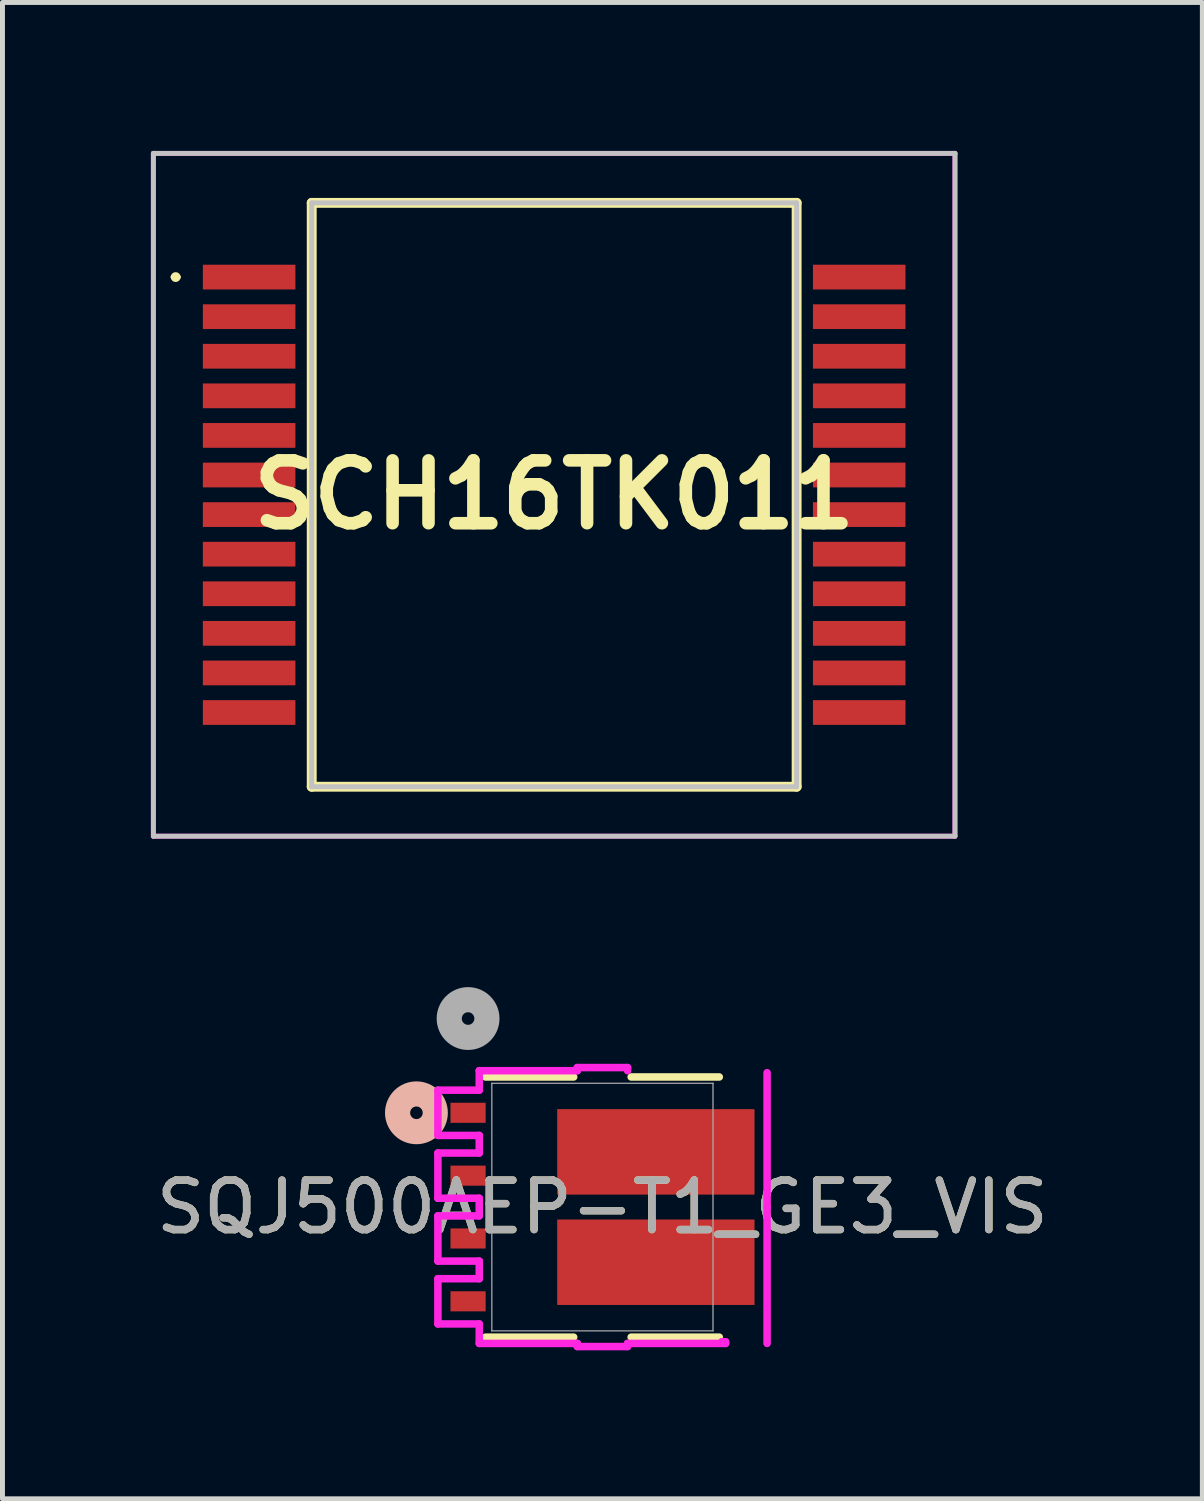
<source format=kicad_pcb>
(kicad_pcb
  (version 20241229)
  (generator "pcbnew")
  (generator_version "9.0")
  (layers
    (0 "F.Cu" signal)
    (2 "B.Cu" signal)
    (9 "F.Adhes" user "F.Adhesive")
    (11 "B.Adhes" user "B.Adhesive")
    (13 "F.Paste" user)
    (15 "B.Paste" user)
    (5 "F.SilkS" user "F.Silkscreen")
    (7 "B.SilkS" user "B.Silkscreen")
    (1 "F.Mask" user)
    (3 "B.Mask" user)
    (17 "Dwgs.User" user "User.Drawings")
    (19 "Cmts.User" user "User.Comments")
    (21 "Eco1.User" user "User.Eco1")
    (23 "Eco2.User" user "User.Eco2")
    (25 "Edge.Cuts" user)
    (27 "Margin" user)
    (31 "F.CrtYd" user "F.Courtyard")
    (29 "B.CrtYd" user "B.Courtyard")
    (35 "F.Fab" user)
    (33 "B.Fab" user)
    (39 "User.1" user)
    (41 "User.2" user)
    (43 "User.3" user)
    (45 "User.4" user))
  (footprint "SCH16TK011"
    (layer "F.Cu")
    (at 8.15 6.95)
    (property "Reference" "SCH16TK011" (at 0 0 0) (layer "F.SilkS") (effects (font (size 1.27 1.27) (thickness 0.254))))
    (attr smd)
    (fp_line (start -7.7 -4.4) (end -7.7 -4.4) (stroke (width 0.1) (type solid)) (layer "F.SilkS"))
    (fp_line (start -7.6 -4.4) (end -7.6 -4.4) (stroke (width 0.1) (type solid)) (layer "F.SilkS"))
    (fp_line (start -4.9 -5.9) (end 4.9 -5.9) (stroke (width 0.2) (type solid)) (layer "F.SilkS"))
    (fp_line (start -4.9 5.9) (end -4.9 -5.9) (stroke (width 0.2) (type solid)) (layer "F.SilkS"))
    (fp_line (start 4.9 -5.9) (end 4.9 5.9) (stroke (width 0.2) (type solid)) (layer "F.SilkS"))
    (fp_line (start 4.9 5.9) (end -4.9 5.9) (stroke (width 0.2) (type solid)) (layer "F.SilkS"))
    (fp_arc (start -7.7 -4.4) (mid -7.65 -4.45) (end -7.6 -4.4) (stroke (width 0.1) (type solid)) (layer "F.SilkS"))
    (fp_arc (start -7.6 -4.4) (mid -7.65 -4.35) (end -7.7 -4.4) (stroke (width 0.1) (type solid)) (layer "F.SilkS"))
    (fp_line (start -8.1 -6.9) (end 8.1 -6.9) (stroke (width 0.1) (type solid)) (layer "Dwgs.User"))
    (fp_line (start -8.1 6.9) (end -8.1 -6.9) (stroke (width 0.1) (type solid)) (layer "Dwgs.User"))
    (fp_line (start -4.9 -5.9) (end 4.9 -5.9) (stroke (width 0.1) (type solid)) (layer "Dwgs.User"))
    (fp_line (start -4.9 5.9) (end -4.9 -5.9) (stroke (width 0.1) (type solid)) (layer "Dwgs.User"))
    (fp_line (start 4.9 -5.9) (end 4.9 5.9) (stroke (width 0.1) (type solid)) (layer "Dwgs.User"))
    (fp_line (start 4.9 5.9) (end -4.9 5.9) (stroke (width 0.1) (type solid)) (layer "Dwgs.User"))
    (fp_line (start 8.1 -6.9) (end 8.1 6.9) (stroke (width 0.1) (type solid)) (layer "Dwgs.User"))
    (fp_line (start 8.1 6.9) (end -8.1 6.9) (stroke (width 0.1) (type solid)) (layer "Dwgs.User"))
    (fp_line (start -8.1 -6.9) (end 8.1 -6.9) (stroke (width 0.1) (type solid)) (layer "F.CrtYd"))
    (fp_line (start -8.1 6.9) (end -8.1 -6.9) (stroke (width 0.1) (type solid)) (layer "F.CrtYd"))
    (fp_line (start 8.1 -6.9) (end 8.1 6.9) (stroke (width 0.1) (type solid)) (layer "F.CrtYd"))
    (fp_line (start 8.1 6.9) (end -8.1 6.9) (stroke (width 0.1) (type solid)) (layer "F.CrtYd"))
    (pad "1" smd rect (at -6.165 -4.4 90) (size 0.5 1.87) (layers "F.Cu" "F.Mask" "F.Paste"))
    (pad "2" smd rect (at -6.165 -3.6 90) (size 0.5 1.87) (layers "F.Cu" "F.Mask" "F.Paste"))
    (pad "3" smd rect (at -6.165 -2.8 90) (size 0.5 1.87) (layers "F.Cu" "F.Mask" "F.Paste"))
    (pad "4" smd rect (at -6.165 -2 90) (size 0.5 1.87) (layers "F.Cu" "F.Mask" "F.Paste"))
    (pad "5" smd rect (at -6.165 -1.2 90) (size 0.5 1.87) (layers "F.Cu" "F.Mask" "F.Paste"))
    (pad "6" smd rect (at -6.165 -0.4 90) (size 0.5 1.87) (layers "F.Cu" "F.Mask" "F.Paste"))
    (pad "7" smd rect (at -6.165 0.4 90) (size 0.5 1.87) (layers "F.Cu" "F.Mask" "F.Paste"))
    (pad "8" smd rect (at -6.165 1.2 90) (size 0.5 1.87) (layers "F.Cu" "F.Mask" "F.Paste"))
    (pad "9" smd rect (at -6.165 2 90) (size 0.5 1.87) (layers "F.Cu" "F.Mask" "F.Paste"))
    (pad "10" smd rect (at -6.165 2.8 90) (size 0.5 1.87) (layers "F.Cu" "F.Mask" "F.Paste"))
    (pad "11" smd rect (at -6.165 3.6 90) (size 0.5 1.87) (layers "F.Cu" "F.Mask" "F.Paste"))
    (pad "12" smd rect (at -6.165 4.4 90) (size 0.5 1.87) (layers "F.Cu" "F.Mask" "F.Paste"))
    (pad "13" smd rect (at 6.165 4.4 90) (size 0.5 1.87) (layers "F.Cu" "F.Mask" "F.Paste"))
    (pad "14" smd rect (at 6.165 3.6 90) (size 0.5 1.87) (layers "F.Cu" "F.Mask" "F.Paste"))
    (pad "15" smd rect (at 6.165 2.8 90) (size 0.5 1.87) (layers "F.Cu" "F.Mask" "F.Paste"))
    (pad "16" smd rect (at 6.165 2 90) (size 0.5 1.87) (layers "F.Cu" "F.Mask" "F.Paste"))
    (pad "17" smd rect (at 6.165 1.2 90) (size 0.5 1.87) (layers "F.Cu" "F.Mask" "F.Paste"))
    (pad "18" smd rect (at 6.165 0.4 90) (size 0.5 1.87) (layers "F.Cu" "F.Mask" "F.Paste"))
    (pad "19" smd rect (at 6.165 -0.4 90) (size 0.5 1.87) (layers "F.Cu" "F.Mask" "F.Paste"))
    (pad "20" smd rect (at 6.165 -1.2 90) (size 0.5 1.87) (layers "F.Cu" "F.Mask" "F.Paste"))
    (pad "21" smd rect (at 6.165 -2 90) (size 0.5 1.87) (layers "F.Cu" "F.Mask" "F.Paste"))
    (pad "22" smd rect (at 6.165 -2.8 90) (size 0.5 1.87) (layers "F.Cu" "F.Mask" "F.Paste"))
    (pad "23" smd rect (at 6.165 -3.6 90) (size 0.5 1.87) (layers "F.Cu" "F.Mask" "F.Paste"))
    (pad "24" smd rect (at 6.165 -4.4 90) (size 0.5 1.87) (layers "F.Cu" "F.Mask" "F.Paste")))
  (footprint "SQJ500AEP-T1_GE3_VIS"
    (layer "F.Cu")
    (at 9.125 21.345)
    (property "Reference" "SQJ500AEP-T1_GE3_VIS" (at 0 0 0) (unlocked yes) (layer "F.SilkS") (effects (font (size 1 1) (thickness 0.15))))
    (attr smd)
    (fp_line (start -2.362 2.629) (end -0.581 2.629) (stroke (width 0.152) (type solid)) (layer "F.SilkS"))
    (fp_line (start -0.581 -2.629) (end -2.362 -2.629) (stroke (width 0.152) (type solid)) (layer "F.SilkS"))
    (fp_line (start 0.581 2.629) (end 2.362 2.629) (stroke (width 0.152) (type solid)) (layer "F.SilkS"))
    (fp_line (start 2.362 -2.629) (end 0.581 -2.629) (stroke (width 0.152) (type solid)) (layer "F.SilkS"))
    (fp_circle (center -3.759 -1.905) (end -3.378 -1.905) (stroke (width 0.508) (type solid)) (fill no) (layer "B.SilkS"))
    (fp_line (start -3.325 -2.362) (end -3.325 -1.448) (stroke (width 0.152) (type solid)) (layer "F.CrtYd"))
    (fp_line (start -3.325 -1.448) (end -2.489 -1.448) (stroke (width 0.152) (type solid)) (layer "F.CrtYd"))
    (fp_line (start -3.325 -1.092) (end -3.325 -0.178) (stroke (width 0.152) (type solid)) (layer "F.CrtYd"))
    (fp_line (start -3.325 -0.178) (end -2.489 -0.178) (stroke (width 0.152) (type solid)) (layer "F.CrtYd"))
    (fp_line (start -3.325 0.178) (end -3.325 1.092) (stroke (width 0.152) (type solid)) (layer "F.CrtYd"))
    (fp_line (start -3.325 1.092) (end -2.489 1.092) (stroke (width 0.152) (type solid)) (layer "F.CrtYd"))
    (fp_line (start -3.325 1.448) (end -3.325 2.362) (stroke (width 0.152) (type solid)) (layer "F.CrtYd"))
    (fp_line (start -3.325 2.362) (end -2.489 2.362) (stroke (width 0.152) (type solid)) (layer "F.CrtYd"))
    (fp_line (start -2.489 -2.756) (end -2.489 -2.362) (stroke (width 0.152) (type solid)) (layer "F.CrtYd"))
    (fp_line (start -2.489 -2.362) (end -3.325 -2.362) (stroke (width 0.152) (type solid)) (layer "F.CrtYd"))
    (fp_line (start -2.489 -1.448) (end -2.489 -1.092) (stroke (width 0.152) (type solid)) (layer "F.CrtYd"))
    (fp_line (start -2.489 -1.092) (end -3.325 -1.092) (stroke (width 0.152) (type solid)) (layer "F.CrtYd"))
    (fp_line (start -2.489 -0.178) (end -2.489 0.178) (stroke (width 0.152) (type solid)) (layer "F.CrtYd"))
    (fp_line (start -2.489 0.178) (end -3.325 0.178) (stroke (width 0.152) (type solid)) (layer "F.CrtYd"))
    (fp_line (start -2.489 1.092) (end -2.489 1.448) (stroke (width 0.152) (type solid)) (layer "F.CrtYd"))
    (fp_line (start -2.489 1.448) (end -3.325 1.448) (stroke (width 0.152) (type solid)) (layer "F.CrtYd"))
    (fp_line (start -2.489 2.362) (end -2.489 2.756) (stroke (width 0.152) (type solid)) (layer "F.CrtYd"))
    (fp_line (start -2.489 2.756) (end -0.508 2.756) (stroke (width 0.152) (type solid)) (layer "F.CrtYd"))
    (fp_line (start -0.508 -2.819) (end -0.508 -2.756) (stroke (width 0.152) (type solid)) (layer "F.CrtYd"))
    (fp_line (start -0.508 -2.756) (end -2.489 -2.756) (stroke (width 0.152) (type solid)) (layer "F.CrtYd"))
    (fp_line (start -0.508 2.756) (end -0.508 2.819) (stroke (width 0.152) (type solid)) (layer "F.CrtYd"))
    (fp_line (start -0.508 2.819) (end 0.508 2.819) (stroke (width 0.152) (type solid)) (layer "F.CrtYd"))
    (fp_line (start 0.508 -2.819) (end -0.508 -2.819) (stroke (width 0.152) (type solid)) (layer "F.CrtYd"))
    (fp_line (start 0.508 -2.756) (end 0.508 -2.819) (stroke (width 0.152) (type solid)) (layer "F.CrtYd"))
    (fp_line (start 0.508 2.756) (end 2.489 2.756) (stroke (width 0.152) (type solid)) (layer "F.CrtYd"))
    (fp_line (start 0.508 2.819) (end 0.508 2.756) (stroke (width 0.152) (type solid)) (layer "F.CrtYd"))
    (fp_line (start 2.489 2.723) (end 2.414 2.72) (stroke (width 0.152) (type solid)) (layer "F.CrtYd"))
    (fp_line (start 2.489 2.756) (end 2.489 2.723) (stroke (width 0.152) (type solid)) (layer "F.CrtYd"))
    (fp_line (start 3.328 0.003) (end 3.328 -2.715) (stroke (width 0.152) (type solid)) (layer "F.CrtYd"))
    (fp_line (start 3.328 2.756) (end 3.328 0.003) (stroke (width 0.152) (type solid)) (layer "F.CrtYd"))
    (fp_line (start -2.235 -2.502) (end -2.235 2.502) (stroke (width 0.025) (type solid)) (layer "F.Fab"))
    (fp_line (start -2.235 2.502) (end 2.235 2.502) (stroke (width 0.025) (type solid)) (layer "F.Fab"))
    (fp_line (start 2.235 -2.502) (end -2.235 -2.502) (stroke (width 0.025) (type solid)) (layer "F.Fab"))
    (fp_line (start 2.235 2.502) (end 2.235 -2.502) (stroke (width 0.025) (type solid)) (layer "F.Fab"))
    (fp_circle (center -2.715 -3.81) (end -2.334 -3.81) (stroke (width 0.508) (type solid)) (fill no) (layer "F.Fab"))
    (fp_text user "${REFERENCE}" (at 0 0 0) (unlocked yes) (layer "F.Fab") (effects (font (size 1 1) (thickness 0.15))))
    (pad "1" smd rect (at -2.715 -1.905) (size 0.711 0.406) (layers "F.Cu" "F.Mask" "F.Paste"))
    (pad "2" smd rect (at -2.715 -0.635) (size 0.711 0.406) (layers "F.Cu" "F.Mask" "F.Paste"))
    (pad "3" smd rect (at -2.715 0.635) (size 0.711 0.406) (layers "F.Cu" "F.Mask" "F.Paste"))
    (pad "4" smd rect (at -2.715 1.905) (size 0.711 0.406) (layers "F.Cu" "F.Mask" "F.Paste"))
    (pad "5" smd rect (at 1.08 -1.115) (size 3.988 1.727) (layers "F.Cu" "F.Mask" "F.Paste"))
    (pad "6" smd rect (at 1.08 1.115) (size 3.988 1.727) (layers "F.Cu" "F.Mask" "F.Paste")))
  (gr_rect
    (start -3 -3)
    (end 21.25 27.241)
    (stroke (width 0.1) (type default))
    (fill no)
    (layer "Edge.Cuts")))
</source>
